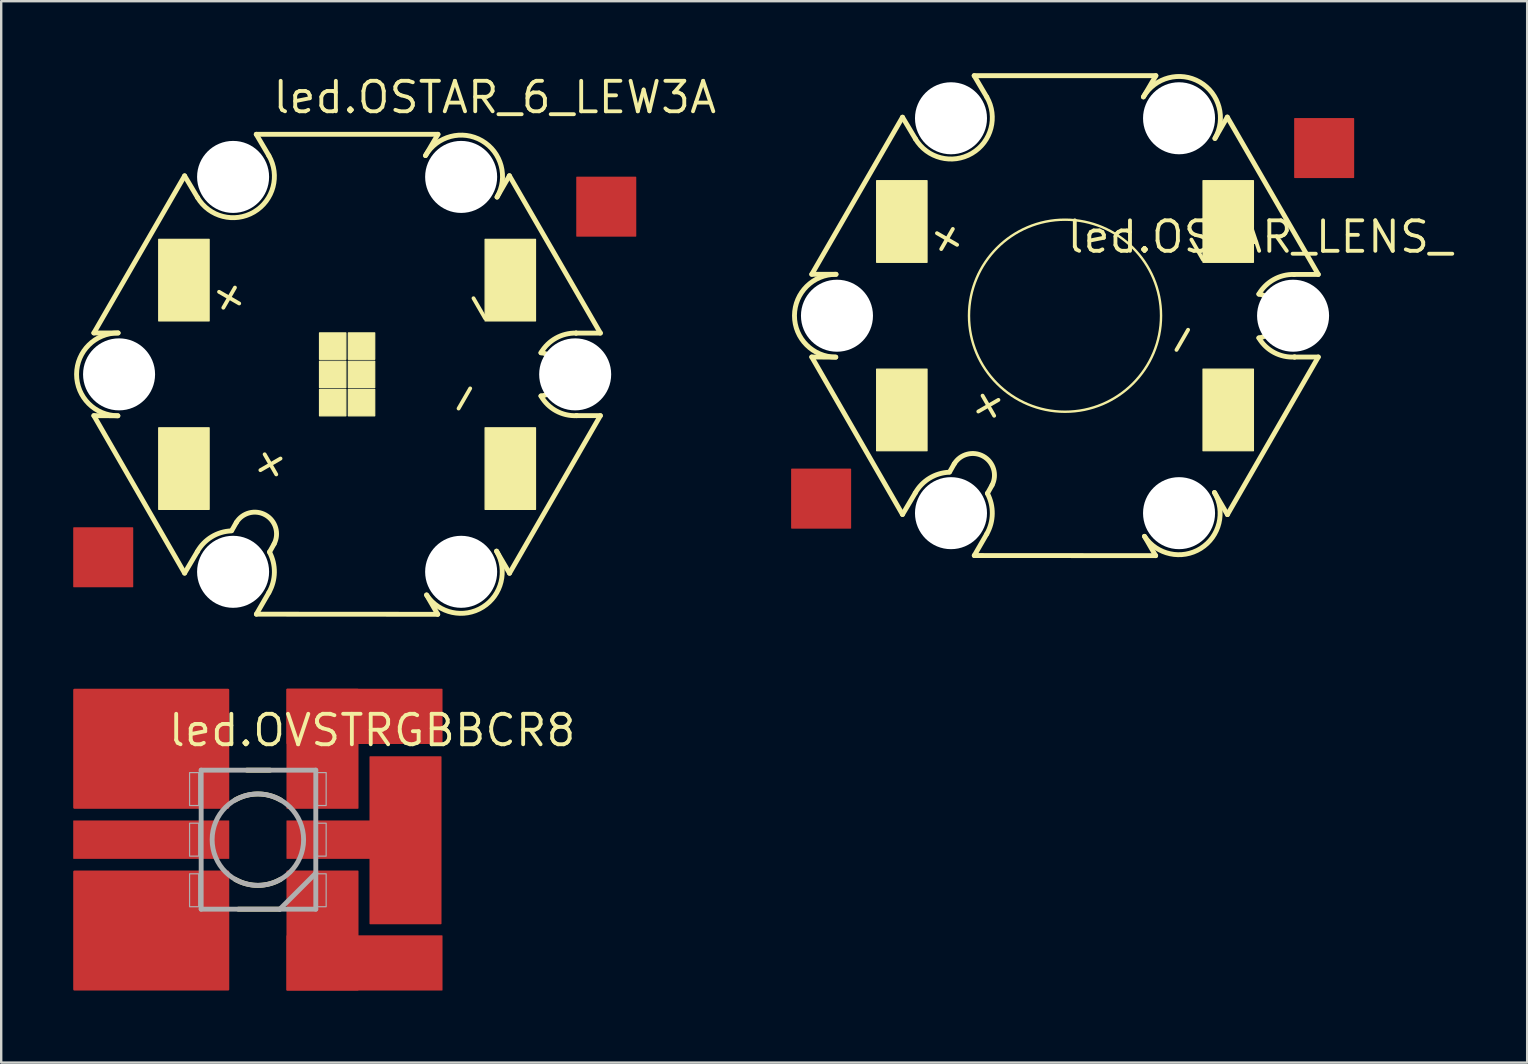
<source format=kicad_pcb>
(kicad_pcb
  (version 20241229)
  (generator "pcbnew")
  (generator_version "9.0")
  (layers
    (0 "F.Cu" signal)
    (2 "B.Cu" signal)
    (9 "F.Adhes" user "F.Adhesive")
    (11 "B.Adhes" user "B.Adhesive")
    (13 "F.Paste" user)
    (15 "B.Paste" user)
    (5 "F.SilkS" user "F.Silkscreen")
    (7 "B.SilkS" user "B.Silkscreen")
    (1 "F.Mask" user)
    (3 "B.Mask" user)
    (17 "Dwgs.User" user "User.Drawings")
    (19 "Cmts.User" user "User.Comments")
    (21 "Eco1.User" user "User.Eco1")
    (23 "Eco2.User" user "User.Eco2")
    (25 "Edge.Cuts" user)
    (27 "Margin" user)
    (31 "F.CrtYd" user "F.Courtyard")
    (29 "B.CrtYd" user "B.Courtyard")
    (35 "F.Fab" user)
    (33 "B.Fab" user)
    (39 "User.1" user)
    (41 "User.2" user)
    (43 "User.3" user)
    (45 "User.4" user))
  (footprint "led.OVSTRGBBCR8"
    (layer "F.Cu")
    (at 7.692 31.928)
    (property "Reference" "led.OVSTRGBBCR8" (at -3.81 -3.81 0) (layer "F.SilkS") (effects (font (size 1.27 1.27) (thickness 0.16)) (justify left bottom)))
    (attr smd)
    (fp_rect (start -4.2 -1.275) (end -1.2 -3.3) (stroke (width 0.05) (type default)) (fill yes) (layer "F.Mask"))
    (fp_rect (start -4.2 0.8) (end -1.2 -0.8) (stroke (width 0.05) (type default)) (fill yes) (layer "F.Mask"))
    (fp_rect (start -4.2 3.3) (end -1.2 1.275) (stroke (width 0.05) (type default)) (fill yes) (layer "F.Mask"))
    (fp_rect (start 1.2 -1.275) (end 4.2 -3.3) (stroke (width 0.05) (type default)) (fill yes) (layer "F.Mask"))
    (fp_rect (start 1.2 0.8) (end 4.2 -0.8) (stroke (width 0.05) (type default)) (fill yes) (layer "F.Mask"))
    (fp_rect (start 1.2 3.3) (end 4.2 1.275) (stroke (width 0.05) (type default)) (fill yes) (layer "F.Mask"))
    (fp_line (start -0.457 -2.896) (end 0.508 -2.896) (stroke (width 0.203) (type default)) (layer "F.SilkS"))
    (fp_line (start 0.914 2.896) (end -0.813 2.896) (stroke (width 0.203) (type default)) (layer "F.SilkS"))
    (fp_arc (start -0.95 -1.65) (mid 0 -1.903943) (end 0.95 -1.65) (stroke (width 0.2032) (type default)) (layer "F.SilkS"))
    (fp_arc (start 0.95 1.65) (mid 0 1.903943) (end -0.95 1.65) (stroke (width 0.2032) (type default)) (layer "F.SilkS"))
    (fp_rect (start -4.125 -1.35) (end -1.275 -3.225) (stroke (width 0.05) (type default)) (fill yes) (layer "F.Paste"))
    (fp_rect (start -4.125 0.725) (end -1.275 -0.725) (stroke (width 0.05) (type default)) (fill yes) (layer "F.Paste"))
    (fp_rect (start -4.12 3.23) (end -1.27 1.355) (stroke (width 0.05) (type default)) (fill yes) (layer "F.Paste"))
    (fp_rect (start 1.27 -1.355) (end 4.12 -3.23) (stroke (width 0.05) (type default)) (fill yes) (layer "F.Paste"))
    (fp_rect (start 1.275 0.725) (end 4.125 -0.725) (stroke (width 0.05) (type default)) (fill yes) (layer "F.Paste"))
    (fp_rect (start 1.275 3.225) (end 4.125 1.35) (stroke (width 0.05) (type default)) (fill yes) (layer "F.Paste"))
    (fp_line (start -2.362 -2.896) (end 2.413 -2.896) (stroke (width 0.203) (type default)) (layer "F.Fab"))
    (fp_line (start -2.362 2.896) (end -2.362 -2.896) (stroke (width 0.203) (type default)) (layer "F.Fab"))
    (fp_line (start 0.914 2.896) (end -2.362 2.896) (stroke (width 0.203) (type default)) (layer "F.Fab"))
    (fp_line (start 2.413 -2.896) (end 2.413 1.397) (stroke (width 0.203) (type default)) (layer "F.Fab"))
    (fp_line (start 2.413 1.397) (end 0.914 2.896) (stroke (width 0.203) (type default)) (layer "F.Fab"))
    (fp_line (start 2.413 1.397) (end 2.413 2.896) (stroke (width 0.203) (type default)) (layer "F.Fab"))
    (fp_line (start 2.413 2.896) (end 0.914 2.896) (stroke (width 0.203) (type default)) (layer "F.Fab"))
    (fp_rect (start -2.845 -1.422) (end -2.464 -2.794) (stroke (width 0.05) (type default)) (fill no) (layer "F.Fab"))
    (fp_rect (start -2.845 0.686) (end -2.464 -0.686) (stroke (width 0.05) (type default)) (fill no) (layer "F.Fab"))
    (fp_rect (start -2.845 2.794) (end -2.464 1.422) (stroke (width 0.05) (type default)) (fill no) (layer "F.Fab"))
    (fp_rect (start 2.464 -1.422) (end 2.845 -2.794) (stroke (width 0.05) (type default)) (fill no) (layer "F.Fab"))
    (fp_rect (start 2.464 0.686) (end 2.845 -0.686) (stroke (width 0.05) (type default)) (fill no) (layer "F.Fab"))
    (fp_rect (start 2.464 2.794) (end 2.845 1.422) (stroke (width 0.05) (type default)) (fill no) (layer "F.Fab"))
    (fp_circle (center 0 0) (end 1.905 0) (stroke (width 0.203) (type default)) (fill no) (layer "F.Fab"))
    (pad "1" smd roundrect (at -4.442 -3.786) (size 6.5 5) (layers "F.Cu" "F.Mask" "F.Paste") (roundrect_rratio 0.01))
    (pad "2" smd roundrect (at -4.442 0) (size 6.5 1.6) (layers "F.Cu" "F.Mask" "F.Paste") (roundrect_rratio 0.01))
    (pad "3" smd roundrect (at -4.442 3.786) (size 6.5 5) (layers "F.Cu" "F.Mask" "F.Paste") (roundrect_rratio 0.01))
    (pad "4" smd roundrect (at 2.692 -3.786 180) (size 3 5) (layers "F.Cu" "F.Mask" "F.Paste") (roundrect_rratio 0.01))
    (pad "4@1" smd roundrect (at 4.442 -5.136 180) (size 6.5 2.3) (layers "F.Cu" "F.Mask" "F.Paste") (roundrect_rratio 0.01))
    (pad "5" smd roundrect (at 3.692 0 180) (size 5 1.6) (layers "F.Cu" "F.Mask" "F.Paste") (roundrect_rratio 0.01))
    (pad "5@1" smd roundrect (at 6.15 0.025 180) (size 3 7) (layers "F.Cu" "F.Mask" "F.Paste") (roundrect_rratio 0.01))
    (pad "6" smd roundrect (at 2.692 3.786 180) (size 3 5) (layers "F.Cu" "F.Mask" "F.Paste") (roundrect_rratio 0.01))
    (pad "6@1" smd roundrect (at 4.442 5.136 180) (size 6.5 2.3) (layers "F.Cu" "F.Mask" "F.Paste") (roundrect_rratio 0.01)))
  (footprint "led.OSTAR_LENS_"
    (layer "F.Cu")
    (at 41.316 10.102)
    (property "Reference" "led.OSTAR_LENS_" (at 0 -2.54 0) (layer "F.SilkS") (effects (font (size 1.27 1.27) (thickness 0.16)) (justify left bottom)))
    (attr smd)
    (fp_line (start -10.55 -1.725) (end -6.77 -8.27) (stroke (width 0.203) (type default)) (layer "F.SilkS"))
    (fp_line (start -10.55 1.72) (end -9.55 1.725) (stroke (width 0.203) (type default)) (layer "F.SilkS"))
    (fp_line (start -9.54 -1.725) (end -10.55 -1.725) (stroke (width 0.203) (type default)) (layer "F.SilkS"))
    (fp_line (start -6.77 -8.27) (end -6.23 -7.365) (stroke (width 0.203) (type default)) (layer "F.SilkS"))
    (fp_line (start -6.77 8.28) (end -10.55 1.72) (stroke (width 0.203) (type default)) (layer "F.SilkS"))
    (fp_line (start -6.24 7.385) (end -6.77 8.28) (stroke (width 0.203) (type default)) (layer "F.SilkS"))
    (fp_line (start -4.805 6.505) (end -4.615 6.17) (stroke (width 0.203) (type default)) (layer "F.SilkS"))
    (fp_line (start -3.785 -10) (end 3.785 -10) (stroke (width 0.203) (type default)) (layer "F.SilkS"))
    (fp_line (start -3.78 9.99) (end -3.26 9.09) (stroke (width 0.203) (type default)) (layer "F.SilkS"))
    (fp_line (start -3.26 -9.11) (end -3.785 -10) (stroke (width 0.203) (type default)) (layer "F.SilkS"))
    (fp_line (start -3.04 7.06) (end -3.23 7.4) (stroke (width 0.203) (type default)) (layer "F.SilkS"))
    (fp_line (start 3.31 9.19) (end 3.775 9.995) (stroke (width 0.203) (type default)) (layer "F.SilkS"))
    (fp_line (start 3.775 9.995) (end -3.78 9.99) (stroke (width 0.203) (type default)) (layer "F.SilkS"))
    (fp_line (start 3.785 -10) (end 3.265 -9.115) (stroke (width 0.203) (type default)) (layer "F.SilkS"))
    (fp_line (start 6.245 -7.385) (end 6.76 -8.275) (stroke (width 0.203) (type default)) (layer "F.SilkS"))
    (fp_line (start 6.76 -8.275) (end 10.55 -1.72) (stroke (width 0.203) (type default)) (layer "F.SilkS"))
    (fp_line (start 6.765 8.285) (end 6.225 7.365) (stroke (width 0.203) (type default)) (layer "F.SilkS"))
    (fp_line (start 9.54 -1.72) (end 9.535 -1.72) (stroke (width 0.203) (type default)) (layer "F.SilkS"))
    (fp_line (start 9.55 1.72) (end 9.565 1.72) (stroke (width 0.203) (type default)) (layer "F.SilkS"))
    (fp_line (start 9.565 1.72) (end 10.55 1.72) (stroke (width 0.203) (type default)) (layer "F.SilkS"))
    (fp_line (start 10.55 -1.72) (end 9.54 -1.72) (stroke (width 0.203) (type default)) (layer "F.SilkS"))
    (fp_line (start 10.55 1.72) (end 6.765 8.285) (stroke (width 0.203) (type default)) (layer "F.SilkS"))
    (fp_rect (start -7.848 5.625) (end -5.748 2.225) (stroke (width 0.05) (type default)) (fill yes) (layer "F.SilkS"))
    (fp_rect (start -7.848 -2.225) (end -5.748 -5.625) (stroke (width 0.05) (type default)) (fill yes) (layer "F.SilkS"))
    (fp_rect (start 5.748 5.625) (end 7.848 2.225) (stroke (width 0.05) (type default)) (fill yes) (layer "F.SilkS"))
    (fp_rect (start 5.748 -2.225) (end 7.848 -5.625) (stroke (width 0.05) (type default)) (fill yes) (layer "F.SilkS"))
    (fp_arc (start -9.55 1.725) (mid -11.266404 -0.00499) (end -9.54 -1.725) (stroke (width 0.2032) (type default)) (layer "F.SilkS"))
    (fp_arc (start -6.24 7.385) (mid -5.643077 6.766871) (end -4.82 6.52) (stroke (width 0.2032) (type default)) (layer "F.SilkS"))
    (fp_arc (start -4.615 6.17) (mid -3.399456 5.857506) (end -3.04 7.06) (stroke (width 0.2032) (type default)) (layer "F.SilkS"))
    (fp_arc (start -3.26 -9.11) (mid -3.878356 -6.762466) (end -6.23 -7.365) (stroke (width 0.2032) (type default)) (layer "F.SilkS"))
    (fp_arc (start -3.235 7.4) (mid -3.030175 8.248215) (end -3.26 9.09) (stroke (width 0.2032) (type default)) (layer "F.SilkS"))
    (fp_arc (start 3.265 -9.115) (mid 5.615541 -9.73232) (end 6.245 -7.385) (stroke (width 0.2032) (type default)) (layer "F.SilkS"))
    (fp_arc (start 6.225 7.365) (mid 5.654327 9.693994) (end 3.31 9.19) (stroke (width 0.2032) (type default)) (layer "F.SilkS"))
    (fp_arc (start 8.075 -0.9) (mid 8.864313 0.0125) (end 8.075 0.925) (stroke (width 0.2032) (type default)) (layer "F.SilkS"))
    (fp_arc (start 8.075 -0.9) (mid 8.696289 -1.508689) (end 9.54 -1.72) (stroke (width 0.2032) (type default)) (layer "F.SilkS"))
    (fp_arc (start 9.565 1.72) (mid 8.708001 1.53241) (end 8.075 0.925) (stroke (width 0.2032) (type default)) (layer "F.SilkS"))
    (fp_circle (center 0 0) (end 4 0) (stroke (width 0.1) (type default)) (fill no) (layer "F.SilkS"))
    (fp_text user "-" (at 4.5 -3.2 300) (layer "F.SilkS") (effects (font (size 1.27 1.27) (thickness 0.16)) (justify left bottom)))
    (fp_text user "+" (at -4.2 3.3 120) (layer "F.SilkS") (effects (font (size 1.27 1.27) (thickness 0.16)) (justify left bottom)))
    (fp_text user "+" (at -4.8 -2.1 60) (layer "F.SilkS") (effects (font (size 1.27 1.27) (thickness 0.16)) (justify left bottom)))
    (fp_text user "-" (at 5 2.1 240) (layer "F.SilkS") (effects (font (size 1.27 1.27) (thickness 0.16)) (justify left bottom)))
    (pad "" np_thru_hole circle (at -9.5 0) (size 3 3) (drill 3) (layers "*.Cu" "*.Mask"))
    (pad "" np_thru_hole circle (at -4.75 -8.225) (size 3 3) (drill 3) (layers "*.Cu" "*.Mask"))
    (pad "" np_thru_hole circle (at -4.75 8.225) (size 3 3) (drill 3) (layers "*.Cu" "*.Mask"))
    (pad "" np_thru_hole circle (at 4.75 -8.225) (size 3 3) (drill 3) (layers "*.Cu" "*.Mask"))
    (pad "" np_thru_hole circle (at 4.75 8.225) (size 3 3) (drill 3) (layers "*.Cu" "*.Mask"))
    (pad "" np_thru_hole circle (at 9.5 0) (size 3 3) (drill 3) (layers "*.Cu" "*.Mask"))
    (pad "+" smd roundrect (at -10.16 7.62) (size 2.5 2.5) (layers "F.Cu" "F.Mask" "F.Paste") (roundrect_rratio 0.01))
    (pad "-" smd roundrect (at 10.795 -6.985) (size 2.5 2.5) (layers "F.Cu" "F.Mask" "F.Paste") (roundrect_rratio 0.01)))
  (footprint "led.OSTAR_6_LEW3A"
    (layer "F.Cu")
    (at 11.41 12.545)
    (property "Reference" "led.OSTAR_6_LEW3A" (at -3.175 -10.795 0) (layer "F.SilkS") (effects (font (size 1.27 1.27) (thickness 0.16)) (justify left bottom)))
    (attr smd)
    (fp_line (start -10.55 -1.725) (end -6.77 -8.27) (stroke (width 0.203) (type default)) (layer "F.SilkS"))
    (fp_line (start -10.55 1.72) (end -9.55 1.725) (stroke (width 0.203) (type default)) (layer "F.SilkS"))
    (fp_line (start -9.54 -1.725) (end -10.55 -1.725) (stroke (width 0.203) (type default)) (layer "F.SilkS"))
    (fp_line (start -6.77 -8.27) (end -6.23 -7.365) (stroke (width 0.203) (type default)) (layer "F.SilkS"))
    (fp_line (start -6.77 8.28) (end -10.55 1.72) (stroke (width 0.203) (type default)) (layer "F.SilkS"))
    (fp_line (start -6.24 7.385) (end -6.77 8.28) (stroke (width 0.203) (type default)) (layer "F.SilkS"))
    (fp_line (start -4.805 6.505) (end -4.615 6.17) (stroke (width 0.203) (type default)) (layer "F.SilkS"))
    (fp_line (start -3.785 -10) (end 3.785 -10) (stroke (width 0.203) (type default)) (layer "F.SilkS"))
    (fp_line (start -3.78 9.99) (end -3.26 9.09) (stroke (width 0.203) (type default)) (layer "F.SilkS"))
    (fp_line (start -3.26 -9.11) (end -3.785 -10) (stroke (width 0.203) (type default)) (layer "F.SilkS"))
    (fp_line (start -3.04 7.06) (end -3.23 7.4) (stroke (width 0.203) (type default)) (layer "F.SilkS"))
    (fp_line (start 3.31 9.19) (end 3.775 9.995) (stroke (width 0.203) (type default)) (layer "F.SilkS"))
    (fp_line (start 3.775 9.995) (end -3.78 9.99) (stroke (width 0.203) (type default)) (layer "F.SilkS"))
    (fp_line (start 3.785 -10) (end 3.265 -9.115) (stroke (width 0.203) (type default)) (layer "F.SilkS"))
    (fp_line (start 6.245 -7.385) (end 6.76 -8.275) (stroke (width 0.203) (type default)) (layer "F.SilkS"))
    (fp_line (start 6.76 -8.275) (end 10.55 -1.72) (stroke (width 0.203) (type default)) (layer "F.SilkS"))
    (fp_line (start 6.765 8.285) (end 6.225 7.365) (stroke (width 0.203) (type default)) (layer "F.SilkS"))
    (fp_line (start 9.54 -1.72) (end 9.535 -1.72) (stroke (width 0.203) (type default)) (layer "F.SilkS"))
    (fp_line (start 9.55 1.72) (end 9.565 1.72) (stroke (width 0.203) (type default)) (layer "F.SilkS"))
    (fp_line (start 9.565 1.72) (end 10.55 1.72) (stroke (width 0.203) (type default)) (layer "F.SilkS"))
    (fp_line (start 10.55 -1.72) (end 9.54 -1.72) (stroke (width 0.203) (type default)) (layer "F.SilkS"))
    (fp_line (start 10.55 1.72) (end 6.765 8.285) (stroke (width 0.203) (type default)) (layer "F.SilkS"))
    (fp_rect (start -7.848 5.625) (end -5.748 2.225) (stroke (width 0.05) (type default)) (fill yes) (layer "F.SilkS"))
    (fp_rect (start -7.848 -2.225) (end -5.748 -5.625) (stroke (width 0.05) (type default)) (fill yes) (layer "F.SilkS"))
    (fp_rect (start -1.15 -0.627) (end -0.05 -1.728) (stroke (width 0.05) (type default)) (fill yes) (layer "F.SilkS"))
    (fp_rect (start -1.15 0.552) (end -0.05 -0.547) (stroke (width 0.05) (type default)) (fill yes) (layer "F.SilkS"))
    (fp_rect (start -1.15 1.728) (end -0.05 0.627) (stroke (width 0.05) (type default)) (fill yes) (layer "F.SilkS"))
    (fp_rect (start 0.05 -0.627) (end 1.15 -1.728) (stroke (width 0.05) (type default)) (fill yes) (layer "F.SilkS"))
    (fp_rect (start 0.05 0.552) (end 1.15 -0.547) (stroke (width 0.05) (type default)) (fill yes) (layer "F.SilkS"))
    (fp_rect (start 0.05 1.728) (end 1.15 0.627) (stroke (width 0.05) (type default)) (fill yes) (layer "F.SilkS"))
    (fp_rect (start 5.748 5.625) (end 7.848 2.225) (stroke (width 0.05) (type default)) (fill yes) (layer "F.SilkS"))
    (fp_rect (start 5.748 -2.225) (end 7.848 -5.625) (stroke (width 0.05) (type default)) (fill yes) (layer "F.SilkS"))
    (fp_arc (start -9.55 1.725) (mid -11.266404 -0.00499) (end -9.54 -1.725) (stroke (width 0.2032) (type default)) (layer "F.SilkS"))
    (fp_arc (start -6.24 7.385) (mid -5.643077 6.766871) (end -4.82 6.52) (stroke (width 0.2032) (type default)) (layer "F.SilkS"))
    (fp_arc (start -4.615 6.17) (mid -3.399456 5.857506) (end -3.04 7.06) (stroke (width 0.2032) (type default)) (layer "F.SilkS"))
    (fp_arc (start -3.26 -9.11) (mid -3.878356 -6.762466) (end -6.23 -7.365) (stroke (width 0.2032) (type default)) (layer "F.SilkS"))
    (fp_arc (start -3.235 7.4) (mid -3.030175 8.248215) (end -3.26 9.09) (stroke (width 0.2032) (type default)) (layer "F.SilkS"))
    (fp_arc (start 3.265 -9.115) (mid 5.615541 -9.73232) (end 6.245 -7.385) (stroke (width 0.2032) (type default)) (layer "F.SilkS"))
    (fp_arc (start 6.225 7.365) (mid 5.654327 9.693994) (end 3.31 9.19) (stroke (width 0.2032) (type default)) (layer "F.SilkS"))
    (fp_arc (start 8.075 -0.9) (mid 8.882498 0) (end 8.075 0.9) (stroke (width 0.2032) (type default)) (layer "F.SilkS"))
    (fp_arc (start 8.075 -0.9) (mid 8.696289 -1.508689) (end 9.54 -1.72) (stroke (width 0.2032) (type default)) (layer "F.SilkS"))
    (fp_arc (start 9.565 1.72) (mid 8.704471 1.519925) (end 8.075 0.9) (stroke (width 0.2032) (type default)) (layer "F.SilkS"))
    (fp_text user "-" (at 5 2.1 240) (layer "F.SilkS") (effects (font (size 1.27 1.27) (thickness 0.16)) (justify left bottom)))
    (fp_text user "+" (at -4.8 -2.1 60) (layer "F.SilkS") (effects (font (size 1.27 1.27) (thickness 0.16)) (justify left bottom)))
    (fp_text user "-" (at 4.5 -3.2 300) (layer "F.SilkS") (effects (font (size 1.27 1.27) (thickness 0.16)) (justify left bottom)))
    (fp_text user "+" (at -4.2 3.3 120) (layer "F.SilkS") (effects (font (size 1.27 1.27) (thickness 0.16)) (justify left bottom)))
    (pad "" np_thru_hole circle (at -9.5 0) (size 3 3) (drill 3) (layers "*.Cu" "*.Mask"))
    (pad "" np_thru_hole circle (at -4.75 -8.225) (size 3 3) (drill 3) (layers "*.Cu" "*.Mask"))
    (pad "" np_thru_hole circle (at -4.75 8.225) (size 3 3) (drill 3) (layers "*.Cu" "*.Mask"))
    (pad "" np_thru_hole circle (at 4.75 -8.225) (size 3 3) (drill 3) (layers "*.Cu" "*.Mask"))
    (pad "" np_thru_hole circle (at 4.75 8.225) (size 3 3) (drill 3) (layers "*.Cu" "*.Mask"))
    (pad "" np_thru_hole circle (at 9.5 0) (size 3 3) (drill 3) (layers "*.Cu" "*.Mask"))
    (pad "+" smd roundrect (at -10.16 7.62) (size 2.5 2.5) (layers "F.Cu" "F.Mask" "F.Paste") (roundrect_rratio 0.01))
    (pad "-" smd roundrect (at 10.795 -6.985) (size 2.5 2.5) (layers "F.Cu" "F.Mask" "F.Paste") (roundrect_rratio 0.01)))
  (gr_rect
    (start -3 -3)
    (end 60.568 41.214)
    (stroke (width 0.1) (type default))
    (fill no)
    (layer "Edge.Cuts")))
</source>
